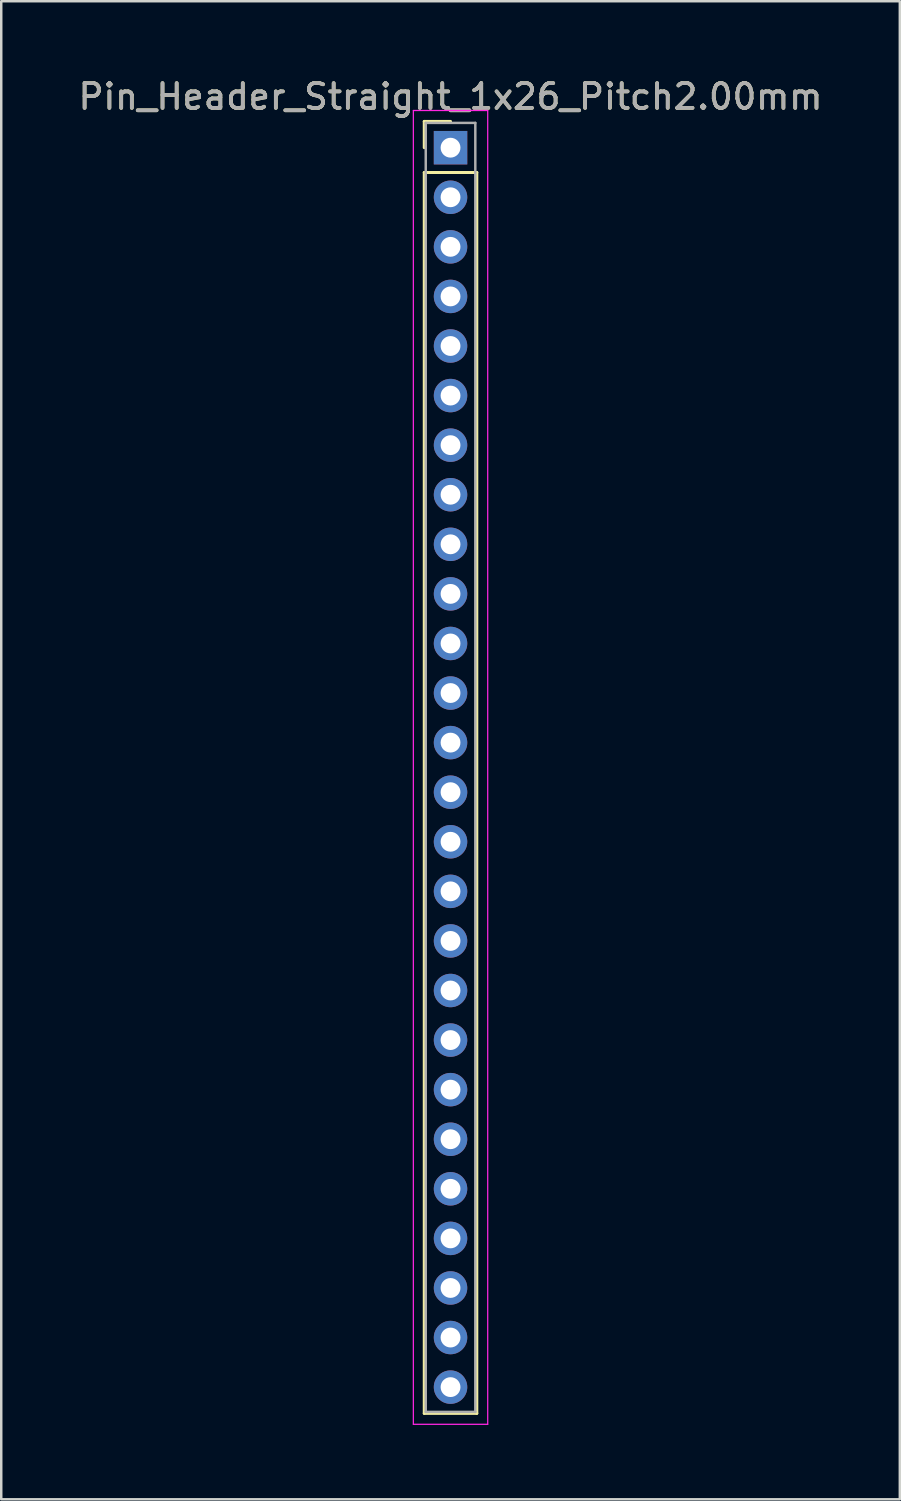
<source format=kicad_pcb>
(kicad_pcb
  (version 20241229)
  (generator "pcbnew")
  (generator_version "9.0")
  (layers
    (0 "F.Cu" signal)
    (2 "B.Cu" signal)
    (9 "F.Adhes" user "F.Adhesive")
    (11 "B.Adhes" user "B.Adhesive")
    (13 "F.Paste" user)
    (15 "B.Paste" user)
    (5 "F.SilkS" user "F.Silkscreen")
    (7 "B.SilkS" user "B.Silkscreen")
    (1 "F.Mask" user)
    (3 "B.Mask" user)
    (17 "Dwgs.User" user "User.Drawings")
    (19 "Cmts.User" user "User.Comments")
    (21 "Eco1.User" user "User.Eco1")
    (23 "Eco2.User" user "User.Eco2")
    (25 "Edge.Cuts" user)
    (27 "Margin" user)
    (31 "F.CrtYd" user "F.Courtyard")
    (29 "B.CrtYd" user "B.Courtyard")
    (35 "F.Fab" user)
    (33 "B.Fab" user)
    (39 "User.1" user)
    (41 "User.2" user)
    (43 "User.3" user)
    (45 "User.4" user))
  (footprint "Pin_Header_Straight_1x26_Pitch2.00mm"
    (layer "F.Cu")
    (at 15.125 2.908)
    (property "Reference" "Pin_Header_Straight_1x26_Pitch2.00mm" (at 0 -2.06 0) (layer "F.SilkS") (effects (font (size 1 1) (thickness 0.15))))
    (attr through_hole)
    (fp_line (start -1.06 -1.06) (end 0 -1.06) (stroke (width 0.12) (type solid)) (layer "F.SilkS"))
    (fp_line (start -1.06 0) (end -1.06 -1.06) (stroke (width 0.12) (type solid)) (layer "F.SilkS"))
    (fp_line (start -1.06 1) (end -1.06 51.06) (stroke (width 0.12) (type solid)) (layer "F.SilkS"))
    (fp_line (start -1.06 51.06) (end 1.06 51.06) (stroke (width 0.12) (type solid)) (layer "F.SilkS"))
    (fp_line (start 1.06 1) (end -1.06 1) (stroke (width 0.12) (type solid)) (layer "F.SilkS"))
    (fp_line (start 1.06 51.06) (end 1.06 1) (stroke (width 0.12) (type solid)) (layer "F.SilkS"))
    (fp_line (start -1.5 -1.5) (end -1.5 51.5) (stroke (width 0.05) (type solid)) (layer "F.CrtYd"))
    (fp_line (start -1.5 51.5) (end 1.5 51.5) (stroke (width 0.05) (type solid)) (layer "F.CrtYd"))
    (fp_line (start 1.5 -1.5) (end -1.5 -1.5) (stroke (width 0.05) (type solid)) (layer "F.CrtYd"))
    (fp_line (start 1.5 51.5) (end 1.5 -1.5) (stroke (width 0.05) (type solid)) (layer "F.CrtYd"))
    (fp_line (start -1 -1) (end -1 51) (stroke (width 0.1) (type solid)) (layer "F.Fab"))
    (fp_line (start -1 51) (end 1 51) (stroke (width 0.1) (type solid)) (layer "F.Fab"))
    (fp_line (start 1 -1) (end -1 -1) (stroke (width 0.1) (type solid)) (layer "F.Fab"))
    (fp_line (start 1 51) (end 1 -1) (stroke (width 0.1) (type solid)) (layer "F.Fab"))
    (fp_text user "${REFERENCE}" (at 0 -2.06 0) (layer "F.Fab") (effects (font (size 1 1) (thickness 0.15))))
    (pad "1" thru_hole rect (at 0 0) (size 1.35 1.35) (drill 0.8) (layers "*.Cu" "*.Mask"))
    (pad "2" thru_hole oval (at 0 2) (size 1.35 1.35) (drill 0.8) (layers "*.Cu" "*.Mask"))
    (pad "3" thru_hole oval (at 0 4) (size 1.35 1.35) (drill 0.8) (layers "*.Cu" "*.Mask"))
    (pad "4" thru_hole oval (at 0 6) (size 1.35 1.35) (drill 0.8) (layers "*.Cu" "*.Mask"))
    (pad "5" thru_hole oval (at 0 8) (size 1.35 1.35) (drill 0.8) (layers "*.Cu" "*.Mask"))
    (pad "6" thru_hole oval (at 0 10) (size 1.35 1.35) (drill 0.8) (layers "*.Cu" "*.Mask"))
    (pad "7" thru_hole oval (at 0 12) (size 1.35 1.35) (drill 0.8) (layers "*.Cu" "*.Mask"))
    (pad "8" thru_hole oval (at 0 14) (size 1.35 1.35) (drill 0.8) (layers "*.Cu" "*.Mask"))
    (pad "9" thru_hole oval (at 0 16) (size 1.35 1.35) (drill 0.8) (layers "*.Cu" "*.Mask"))
    (pad "10" thru_hole oval (at 0 18) (size 1.35 1.35) (drill 0.8) (layers "*.Cu" "*.Mask"))
    (pad "11" thru_hole oval (at 0 20) (size 1.35 1.35) (drill 0.8) (layers "*.Cu" "*.Mask"))
    (pad "12" thru_hole oval (at 0 22) (size 1.35 1.35) (drill 0.8) (layers "*.Cu" "*.Mask"))
    (pad "13" thru_hole oval (at 0 24) (size 1.35 1.35) (drill 0.8) (layers "*.Cu" "*.Mask"))
    (pad "14" thru_hole oval (at 0 26) (size 1.35 1.35) (drill 0.8) (layers "*.Cu" "*.Mask"))
    (pad "15" thru_hole oval (at 0 28) (size 1.35 1.35) (drill 0.8) (layers "*.Cu" "*.Mask"))
    (pad "16" thru_hole oval (at 0 30) (size 1.35 1.35) (drill 0.8) (layers "*.Cu" "*.Mask"))
    (pad "17" thru_hole oval (at 0 32) (size 1.35 1.35) (drill 0.8) (layers "*.Cu" "*.Mask"))
    (pad "18" thru_hole oval (at 0 34) (size 1.35 1.35) (drill 0.8) (layers "*.Cu" "*.Mask"))
    (pad "19" thru_hole oval (at 0 36) (size 1.35 1.35) (drill 0.8) (layers "*.Cu" "*.Mask"))
    (pad "20" thru_hole oval (at 0 38) (size 1.35 1.35) (drill 0.8) (layers "*.Cu" "*.Mask"))
    (pad "21" thru_hole oval (at 0 40) (size 1.35 1.35) (drill 0.8) (layers "*.Cu" "*.Mask"))
    (pad "22" thru_hole oval (at 0 42) (size 1.35 1.35) (drill 0.8) (layers "*.Cu" "*.Mask"))
    (pad "23" thru_hole oval (at 0 44) (size 1.35 1.35) (drill 0.8) (layers "*.Cu" "*.Mask"))
    (pad "24" thru_hole oval (at 0 46) (size 1.35 1.35) (drill 0.8) (layers "*.Cu" "*.Mask"))
    (pad "25" thru_hole oval (at 0 48) (size 1.35 1.35) (drill 0.8) (layers "*.Cu" "*.Mask"))
    (pad "26" thru_hole oval (at 0 50) (size 1.35 1.35) (drill 0.8) (layers "*.Cu" "*.Mask")))
  (gr_rect
    (start -3 -3)
    (end 33.25 57.433)
    (stroke (width 0.1) (type default))
    (fill no)
    (layer "Edge.Cuts")))
</source>
